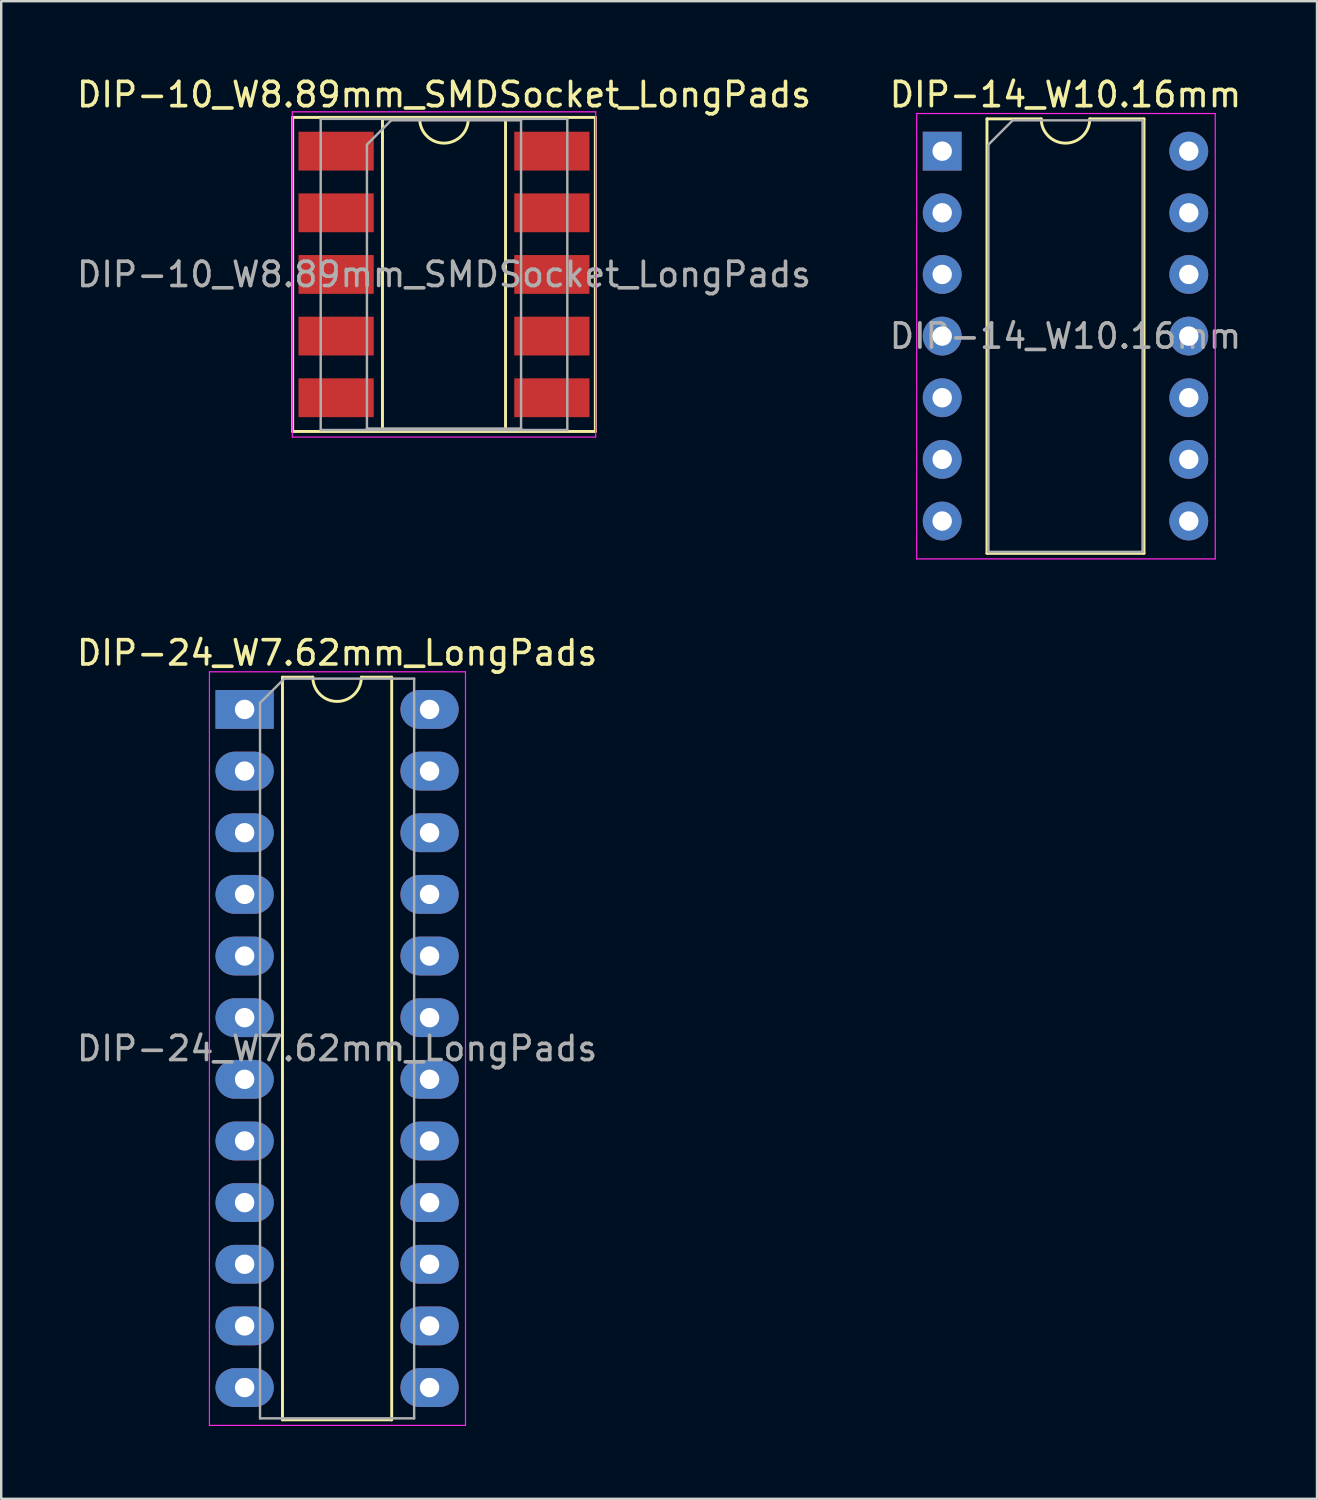
<source format=kicad_pcb>
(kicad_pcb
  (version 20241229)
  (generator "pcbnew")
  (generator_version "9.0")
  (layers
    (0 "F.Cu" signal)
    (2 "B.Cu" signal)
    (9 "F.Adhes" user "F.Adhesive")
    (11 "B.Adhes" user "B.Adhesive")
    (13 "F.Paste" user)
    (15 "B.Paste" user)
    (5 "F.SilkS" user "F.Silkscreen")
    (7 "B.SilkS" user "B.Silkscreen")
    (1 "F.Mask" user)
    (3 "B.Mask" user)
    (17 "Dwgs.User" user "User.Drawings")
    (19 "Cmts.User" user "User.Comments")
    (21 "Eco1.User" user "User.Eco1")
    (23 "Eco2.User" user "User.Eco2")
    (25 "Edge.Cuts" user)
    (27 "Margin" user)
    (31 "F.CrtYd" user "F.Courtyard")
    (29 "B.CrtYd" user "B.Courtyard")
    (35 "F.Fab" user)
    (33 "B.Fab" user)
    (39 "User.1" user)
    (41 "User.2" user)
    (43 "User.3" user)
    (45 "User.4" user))
  (footprint "DIP-14_W10.16mm"
    (layer "F.Cu")
    (at 35.771 3.178)
    (property "Reference" "DIP-14_W10.16mm" (at 5.08 -2.33 0) (layer "F.SilkS") (effects (font (size 1 1) (thickness 0.15))))
    (attr through_hole)
    (fp_line (start 1.845 -1.33) (end 1.845 16.57) (stroke (width 0.12) (type solid)) (layer "F.SilkS"))
    (fp_line (start 1.845 16.57) (end 8.315 16.57) (stroke (width 0.12) (type solid)) (layer "F.SilkS"))
    (fp_line (start 4.08 -1.33) (end 1.845 -1.33) (stroke (width 0.12) (type solid)) (layer "F.SilkS"))
    (fp_line (start 8.315 -1.33) (end 6.08 -1.33) (stroke (width 0.12) (type solid)) (layer "F.SilkS"))
    (fp_line (start 8.315 16.57) (end 8.315 -1.33) (stroke (width 0.12) (type solid)) (layer "F.SilkS"))
    (fp_arc (start 6.08 -1.33) (mid 5.08 -0.33) (end 4.08 -1.33) (stroke (width 0.12) (type solid)) (layer "F.SilkS"))
    (fp_line (start -1.05 -1.55) (end -1.05 16.8) (stroke (width 0.05) (type solid)) (layer "F.CrtYd"))
    (fp_line (start -1.05 16.8) (end 11.25 16.8) (stroke (width 0.05) (type solid)) (layer "F.CrtYd"))
    (fp_line (start 11.25 -1.55) (end -1.05 -1.55) (stroke (width 0.05) (type solid)) (layer "F.CrtYd"))
    (fp_line (start 11.25 16.8) (end 11.25 -1.55) (stroke (width 0.05) (type solid)) (layer "F.CrtYd"))
    (fp_line (start 1.905 -0.27) (end 2.905 -1.27) (stroke (width 0.1) (type solid)) (layer "F.Fab"))
    (fp_line (start 1.905 16.51) (end 1.905 -0.27) (stroke (width 0.1) (type solid)) (layer "F.Fab"))
    (fp_line (start 2.905 -1.27) (end 8.255 -1.27) (stroke (width 0.1) (type solid)) (layer "F.Fab"))
    (fp_line (start 8.255 -1.27) (end 8.255 16.51) (stroke (width 0.1) (type solid)) (layer "F.Fab"))
    (fp_line (start 8.255 16.51) (end 1.905 16.51) (stroke (width 0.1) (type solid)) (layer "F.Fab"))
    (fp_text user "${REFERENCE}" (at 5.08 7.62 0) (layer "F.Fab") (effects (font (size 1 1) (thickness 0.15))))
    (pad "1" thru_hole rect (at 0 0) (size 1.6 1.6) (drill 0.8) (layers "*.Cu" "*.Mask"))
    (pad "2" thru_hole oval (at 0 2.54) (size 1.6 1.6) (drill 0.8) (layers "*.Cu" "*.Mask"))
    (pad "3" thru_hole oval (at 0 5.08) (size 1.6 1.6) (drill 0.8) (layers "*.Cu" "*.Mask"))
    (pad "4" thru_hole oval (at 0 7.62) (size 1.6 1.6) (drill 0.8) (layers "*.Cu" "*.Mask"))
    (pad "5" thru_hole oval (at 0 10.16) (size 1.6 1.6) (drill 0.8) (layers "*.Cu" "*.Mask"))
    (pad "6" thru_hole oval (at 0 12.7) (size 1.6 1.6) (drill 0.8) (layers "*.Cu" "*.Mask"))
    (pad "7" thru_hole oval (at 0 15.24) (size 1.6 1.6) (drill 0.8) (layers "*.Cu" "*.Mask"))
    (pad "8" thru_hole oval (at 10.16 15.24) (size 1.6 1.6) (drill 0.8) (layers "*.Cu" "*.Mask"))
    (pad "9" thru_hole oval (at 10.16 12.7) (size 1.6 1.6) (drill 0.8) (layers "*.Cu" "*.Mask"))
    (pad "10" thru_hole oval (at 10.16 10.16) (size 1.6 1.6) (drill 0.8) (layers "*.Cu" "*.Mask"))
    (pad "11" thru_hole oval (at 10.16 7.62) (size 1.6 1.6) (drill 0.8) (layers "*.Cu" "*.Mask"))
    (pad "12" thru_hole oval (at 10.16 5.08) (size 1.6 1.6) (drill 0.8) (layers "*.Cu" "*.Mask"))
    (pad "13" thru_hole oval (at 10.16 2.54) (size 1.6 1.6) (drill 0.8) (layers "*.Cu" "*.Mask"))
    (pad "14" thru_hole oval (at 10.16 0) (size 1.6 1.6) (drill 0.8) (layers "*.Cu" "*.Mask")))
  (footprint "DIP-24_W7.62mm_LongPads"
    (layer "F.Cu")
    (at 7.029 26.181)
    (property "Reference" "DIP-24_W7.62mm_LongPads" (at 3.81 -2.33 0) (layer "F.SilkS") (effects (font (size 1 1) (thickness 0.15))))
    (attr through_hole)
    (fp_line (start 1.56 -1.33) (end 1.56 29.27) (stroke (width 0.12) (type solid)) (layer "F.SilkS"))
    (fp_line (start 1.56 29.27) (end 6.06 29.27) (stroke (width 0.12) (type solid)) (layer "F.SilkS"))
    (fp_line (start 2.81 -1.33) (end 1.56 -1.33) (stroke (width 0.12) (type solid)) (layer "F.SilkS"))
    (fp_line (start 6.06 -1.33) (end 4.81 -1.33) (stroke (width 0.12) (type solid)) (layer "F.SilkS"))
    (fp_line (start 6.06 29.27) (end 6.06 -1.33) (stroke (width 0.12) (type solid)) (layer "F.SilkS"))
    (fp_arc (start 4.81 -1.33) (mid 3.81 -0.33) (end 2.81 -1.33) (stroke (width 0.12) (type solid)) (layer "F.SilkS"))
    (fp_line (start -1.45 -1.55) (end -1.45 29.5) (stroke (width 0.05) (type solid)) (layer "F.CrtYd"))
    (fp_line (start -1.45 29.5) (end 9.1 29.5) (stroke (width 0.05) (type solid)) (layer "F.CrtYd"))
    (fp_line (start 9.1 -1.55) (end -1.45 -1.55) (stroke (width 0.05) (type solid)) (layer "F.CrtYd"))
    (fp_line (start 9.1 29.5) (end 9.1 -1.55) (stroke (width 0.05) (type solid)) (layer "F.CrtYd"))
    (fp_line (start 0.635 -0.27) (end 1.635 -1.27) (stroke (width 0.1) (type solid)) (layer "F.Fab"))
    (fp_line (start 0.635 29.21) (end 0.635 -0.27) (stroke (width 0.1) (type solid)) (layer "F.Fab"))
    (fp_line (start 1.635 -1.27) (end 6.985 -1.27) (stroke (width 0.1) (type solid)) (layer "F.Fab"))
    (fp_line (start 6.985 -1.27) (end 6.985 29.21) (stroke (width 0.1) (type solid)) (layer "F.Fab"))
    (fp_line (start 6.985 29.21) (end 0.635 29.21) (stroke (width 0.1) (type solid)) (layer "F.Fab"))
    (fp_text user "${REFERENCE}" (at 3.81 13.97 0) (layer "F.Fab") (effects (font (size 1 1) (thickness 0.15))))
    (pad "1" thru_hole rect (at 0 0) (size 2.4 1.6) (drill 0.8) (layers "*.Cu" "*.Mask"))
    (pad "2" thru_hole oval (at 0 2.54) (size 2.4 1.6) (drill 0.8) (layers "*.Cu" "*.Mask"))
    (pad "3" thru_hole oval (at 0 5.08) (size 2.4 1.6) (drill 0.8) (layers "*.Cu" "*.Mask"))
    (pad "4" thru_hole oval (at 0 7.62) (size 2.4 1.6) (drill 0.8) (layers "*.Cu" "*.Mask"))
    (pad "5" thru_hole oval (at 0 10.16) (size 2.4 1.6) (drill 0.8) (layers "*.Cu" "*.Mask"))
    (pad "6" thru_hole oval (at 0 12.7) (size 2.4 1.6) (drill 0.8) (layers "*.Cu" "*.Mask"))
    (pad "7" thru_hole oval (at 0 15.24) (size 2.4 1.6) (drill 0.8) (layers "*.Cu" "*.Mask"))
    (pad "8" thru_hole oval (at 0 17.78) (size 2.4 1.6) (drill 0.8) (layers "*.Cu" "*.Mask"))
    (pad "9" thru_hole oval (at 0 20.32) (size 2.4 1.6) (drill 0.8) (layers "*.Cu" "*.Mask"))
    (pad "10" thru_hole oval (at 0 22.86) (size 2.4 1.6) (drill 0.8) (layers "*.Cu" "*.Mask"))
    (pad "11" thru_hole oval (at 0 25.4) (size 2.4 1.6) (drill 0.8) (layers "*.Cu" "*.Mask"))
    (pad "12" thru_hole oval (at 0 27.94) (size 2.4 1.6) (drill 0.8) (layers "*.Cu" "*.Mask"))
    (pad "13" thru_hole oval (at 7.62 27.94) (size 2.4 1.6) (drill 0.8) (layers "*.Cu" "*.Mask"))
    (pad "14" thru_hole oval (at 7.62 25.4) (size 2.4 1.6) (drill 0.8) (layers "*.Cu" "*.Mask"))
    (pad "15" thru_hole oval (at 7.62 22.86) (size 2.4 1.6) (drill 0.8) (layers "*.Cu" "*.Mask"))
    (pad "16" thru_hole oval (at 7.62 20.32) (size 2.4 1.6) (drill 0.8) (layers "*.Cu" "*.Mask"))
    (pad "17" thru_hole oval (at 7.62 17.78) (size 2.4 1.6) (drill 0.8) (layers "*.Cu" "*.Mask"))
    (pad "18" thru_hole oval (at 7.62 15.24) (size 2.4 1.6) (drill 0.8) (layers "*.Cu" "*.Mask"))
    (pad "19" thru_hole oval (at 7.62 12.7) (size 2.4 1.6) (drill 0.8) (layers "*.Cu" "*.Mask"))
    (pad "20" thru_hole oval (at 7.62 10.16) (size 2.4 1.6) (drill 0.8) (layers "*.Cu" "*.Mask"))
    (pad "21" thru_hole oval (at 7.62 7.62) (size 2.4 1.6) (drill 0.8) (layers "*.Cu" "*.Mask"))
    (pad "22" thru_hole oval (at 7.62 5.08) (size 2.4 1.6) (drill 0.8) (layers "*.Cu" "*.Mask"))
    (pad "23" thru_hole oval (at 7.62 2.54) (size 2.4 1.6) (drill 0.8) (layers "*.Cu" "*.Mask"))
    (pad "24" thru_hole oval (at 7.62 0) (size 2.4 1.6) (drill 0.8) (layers "*.Cu" "*.Mask")))
  (footprint "DIP-10_W8.89mm_SMDSocket_LongPads"
    (layer "F.Cu")
    (at 15.244 8.258)
    (property "Reference" "DIP-10_W8.89mm_SMDSocket_LongPads" (at 0 -7.41 0) (layer "F.SilkS") (effects (font (size 1 1) (thickness 0.15))))
    (attr smd)
    (fp_line (start -6.235 -6.47) (end -6.235 6.47) (stroke (width 0.12) (type solid)) (layer "F.SilkS"))
    (fp_line (start -6.235 6.47) (end 6.235 6.47) (stroke (width 0.12) (type solid)) (layer "F.SilkS"))
    (fp_line (start -2.535 -6.41) (end -2.535 6.41) (stroke (width 0.12) (type solid)) (layer "F.SilkS"))
    (fp_line (start -2.535 6.41) (end 2.535 6.41) (stroke (width 0.12) (type solid)) (layer "F.SilkS"))
    (fp_line (start -1 -6.41) (end -2.535 -6.41) (stroke (width 0.12) (type solid)) (layer "F.SilkS"))
    (fp_line (start 2.535 -6.41) (end 1 -6.41) (stroke (width 0.12) (type solid)) (layer "F.SilkS"))
    (fp_line (start 2.535 6.41) (end 2.535 -6.41) (stroke (width 0.12) (type solid)) (layer "F.SilkS"))
    (fp_line (start 6.235 -6.47) (end -6.235 -6.47) (stroke (width 0.12) (type solid)) (layer "F.SilkS"))
    (fp_line (start 6.235 6.47) (end 6.235 -6.47) (stroke (width 0.12) (type solid)) (layer "F.SilkS"))
    (fp_arc (start 1 -6.41) (mid 0 -5.41) (end -1 -6.41) (stroke (width 0.12) (type solid)) (layer "F.SilkS"))
    (fp_line (start -6.25 -6.7) (end -6.25 6.7) (stroke (width 0.05) (type solid)) (layer "F.CrtYd"))
    (fp_line (start -6.25 6.7) (end 6.25 6.7) (stroke (width 0.05) (type solid)) (layer "F.CrtYd"))
    (fp_line (start 6.25 -6.7) (end -6.25 -6.7) (stroke (width 0.05) (type solid)) (layer "F.CrtYd"))
    (fp_line (start 6.25 6.7) (end 6.25 -6.7) (stroke (width 0.05) (type solid)) (layer "F.CrtYd"))
    (fp_line (start -5.08 -6.41) (end -5.08 6.41) (stroke (width 0.1) (type solid)) (layer "F.Fab"))
    (fp_line (start -5.08 6.41) (end 5.08 6.41) (stroke (width 0.1) (type solid)) (layer "F.Fab"))
    (fp_line (start -3.175 -5.35) (end -2.175 -6.35) (stroke (width 0.1) (type solid)) (layer "F.Fab"))
    (fp_line (start -3.175 6.35) (end -3.175 -5.35) (stroke (width 0.1) (type solid)) (layer "F.Fab"))
    (fp_line (start -2.175 -6.35) (end 3.175 -6.35) (stroke (width 0.1) (type solid)) (layer "F.Fab"))
    (fp_line (start 3.175 -6.35) (end 3.175 6.35) (stroke (width 0.1) (type solid)) (layer "F.Fab"))
    (fp_line (start 3.175 6.35) (end -3.175 6.35) (stroke (width 0.1) (type solid)) (layer "F.Fab"))
    (fp_line (start 5.08 -6.41) (end -5.08 -6.41) (stroke (width 0.1) (type solid)) (layer "F.Fab"))
    (fp_line (start 5.08 6.41) (end 5.08 -6.41) (stroke (width 0.1) (type solid)) (layer "F.Fab"))
    (fp_text user "${REFERENCE}" (at 0 0 0) (layer "F.Fab") (effects (font (size 1 1) (thickness 0.15))))
    (pad "1" smd rect (at -4.445 -5.08) (size 3.1 1.6) (layers "F.Cu" "F.Mask" "F.Paste"))
    (pad "2" smd rect (at -4.445 -2.54) (size 3.1 1.6) (layers "F.Cu" "F.Mask" "F.Paste"))
    (pad "3" smd rect (at -4.445 0) (size 3.1 1.6) (layers "F.Cu" "F.Mask" "F.Paste"))
    (pad "4" smd rect (at -4.445 2.54) (size 3.1 1.6) (layers "F.Cu" "F.Mask" "F.Paste"))
    (pad "5" smd rect (at -4.445 5.08) (size 3.1 1.6) (layers "F.Cu" "F.Mask" "F.Paste"))
    (pad "6" smd rect (at 4.445 5.08) (size 3.1 1.6) (layers "F.Cu" "F.Mask" "F.Paste"))
    (pad "7" smd rect (at 4.445 2.54) (size 3.1 1.6) (layers "F.Cu" "F.Mask" "F.Paste"))
    (pad "8" smd rect (at 4.445 0) (size 3.1 1.6) (layers "F.Cu" "F.Mask" "F.Paste"))
    (pad "9" smd rect (at 4.445 -2.54) (size 3.1 1.6) (layers "F.Cu" "F.Mask" "F.Paste"))
    (pad "10" smd rect (at 4.445 -5.08) (size 3.1 1.6) (layers "F.Cu" "F.Mask" "F.Paste")))
  (gr_rect
    (start -3 -3)
    (end 51.214 58.706)
    (stroke (width 0.1) (type default))
    (fill no)
    (layer "Edge.Cuts")))
</source>
